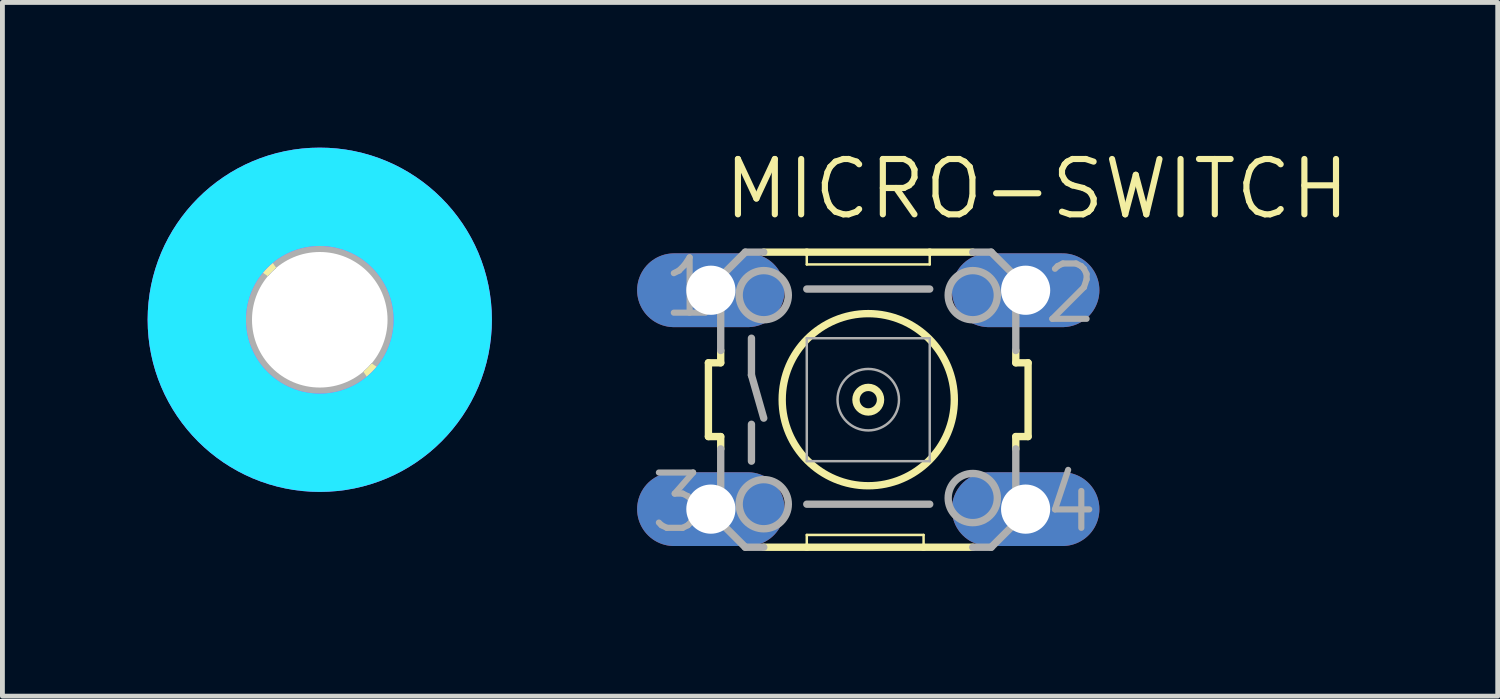
<source format=kicad_pcb>
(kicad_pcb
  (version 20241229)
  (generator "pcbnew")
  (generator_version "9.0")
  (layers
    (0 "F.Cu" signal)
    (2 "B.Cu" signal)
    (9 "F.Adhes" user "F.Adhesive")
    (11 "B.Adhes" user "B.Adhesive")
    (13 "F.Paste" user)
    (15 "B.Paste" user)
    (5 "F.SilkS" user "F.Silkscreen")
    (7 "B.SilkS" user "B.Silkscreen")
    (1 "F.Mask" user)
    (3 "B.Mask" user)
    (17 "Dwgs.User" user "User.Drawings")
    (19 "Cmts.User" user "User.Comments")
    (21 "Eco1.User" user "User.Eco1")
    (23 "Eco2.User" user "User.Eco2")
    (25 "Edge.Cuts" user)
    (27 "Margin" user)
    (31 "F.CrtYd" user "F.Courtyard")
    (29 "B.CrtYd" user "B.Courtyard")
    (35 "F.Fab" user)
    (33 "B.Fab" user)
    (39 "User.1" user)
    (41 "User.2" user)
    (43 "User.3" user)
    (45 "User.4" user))
  (footprint "MICRO-SWITCH"
    (layer "F.Cu")
    (at 14.887 5.207)
    (property "Reference" "MICRO-SWITCH" (at -3.048 -3.683 0) (layer "F.SilkS") (effects (font (size 1.143 1.143) (thickness 0.127)) (justify left bottom)))
    (fp_line (start -3.302 -0.762) (end -3.302 0.762) (stroke (width 0.152) (type solid)) (layer "F.SilkS"))
    (fp_line (start -3.302 -0.762) (end -3.048 -0.762) (stroke (width 0.152) (type solid)) (layer "F.SilkS"))
    (fp_line (start -3.048 -0.762) (end -3.048 -1.016) (stroke (width 0.152) (type solid)) (layer "F.SilkS"))
    (fp_line (start -3.048 0.762) (end -3.302 0.762) (stroke (width 0.152) (type solid)) (layer "F.SilkS"))
    (fp_line (start -3.048 0.762) (end -3.048 1.016) (stroke (width 0.152) (type solid)) (layer "F.SilkS"))
    (fp_line (start -2.159 3.048) (end -1.27 3.048) (stroke (width 0.152) (type solid)) (layer "F.SilkS"))
    (fp_line (start -1.27 -3.048) (end -2.159 -3.048) (stroke (width 0.152) (type solid)) (layer "F.SilkS"))
    (fp_line (start -1.27 -3.048) (end -1.27 -2.794) (stroke (width 0.051) (type solid)) (layer "F.SilkS"))
    (fp_line (start -1.27 2.794) (end -1.27 3.048) (stroke (width 0.051) (type solid)) (layer "F.SilkS"))
    (fp_line (start -1.27 3.048) (end 1.143 3.048) (stroke (width 0.152) (type solid)) (layer "F.SilkS"))
    (fp_line (start 1.143 2.794) (end -1.27 2.794) (stroke (width 0.051) (type solid)) (layer "F.SilkS"))
    (fp_line (start 1.143 2.794) (end 1.143 3.048) (stroke (width 0.051) (type solid)) (layer "F.SilkS"))
    (fp_line (start 1.143 3.048) (end 2.159 3.048) (stroke (width 0.152) (type solid)) (layer "F.SilkS"))
    (fp_line (start 1.27 -3.048) (end -1.27 -3.048) (stroke (width 0.152) (type solid)) (layer "F.SilkS"))
    (fp_line (start 1.27 -2.794) (end -1.27 -2.794) (stroke (width 0.051) (type solid)) (layer "F.SilkS"))
    (fp_line (start 1.27 -2.794) (end 1.27 -3.048) (stroke (width 0.051) (type solid)) (layer "F.SilkS"))
    (fp_line (start 2.159 -3.048) (end 1.27 -3.048) (stroke (width 0.152) (type solid)) (layer "F.SilkS"))
    (fp_line (start 3.048 -0.762) (end 3.048 -1.016) (stroke (width 0.152) (type solid)) (layer "F.SilkS"))
    (fp_line (start 3.048 -0.762) (end 3.302 -0.762) (stroke (width 0.152) (type solid)) (layer "F.SilkS"))
    (fp_line (start 3.048 0.762) (end 3.048 1.016) (stroke (width 0.152) (type solid)) (layer "F.SilkS"))
    (fp_line (start 3.302 0.762) (end 3.048 0.762) (stroke (width 0.152) (type solid)) (layer "F.SilkS"))
    (fp_line (start 3.302 0.762) (end 3.302 -0.762) (stroke (width 0.152) (type solid)) (layer "F.SilkS"))
    (fp_circle (center 0 0) (end 0.254 0) (stroke (width 0.152) (type solid)) (fill no) (layer "F.SilkS"))
    (fp_circle (center 0 0) (end 1.778 0) (stroke (width 0.152) (type solid)) (fill no) (layer "F.SilkS"))
    (fp_line (start -3.048 -2.54) (end -3.048 -1.016) (stroke (width 0.152) (type solid)) (layer "F.Fab"))
    (fp_line (start -3.048 2.54) (end -3.048 1.016) (stroke (width 0.152) (type solid)) (layer "F.Fab"))
    (fp_line (start -2.54 -3.048) (end -3.048 -2.54) (stroke (width 0.152) (type solid)) (layer "F.Fab"))
    (fp_line (start -2.54 -3.048) (end -2.159 -3.048) (stroke (width 0.152) (type solid)) (layer "F.Fab"))
    (fp_line (start -2.54 3.048) (end -3.048 2.54) (stroke (width 0.152) (type solid)) (layer "F.Fab"))
    (fp_line (start -2.54 3.048) (end -2.159 3.048) (stroke (width 0.152) (type solid)) (layer "F.Fab"))
    (fp_line (start -2.413 -1.27) (end -2.413 -0.508) (stroke (width 0.152) (type solid)) (layer "F.Fab"))
    (fp_line (start -2.413 -0.508) (end -2.159 0.381) (stroke (width 0.152) (type solid)) (layer "F.Fab"))
    (fp_line (start -2.413 0.508) (end -2.413 1.27) (stroke (width 0.152) (type solid)) (layer "F.Fab"))
    (fp_line (start -1.27 -1.27) (end -1.27 1.27) (stroke (width 0.051) (type solid)) (layer "F.Fab"))
    (fp_line (start -1.27 -1.27) (end 1.27 -1.27) (stroke (width 0.051) (type solid)) (layer "F.Fab"))
    (fp_line (start -1.27 2.159) (end 1.27 2.159) (stroke (width 0.152) (type solid)) (layer "F.Fab"))
    (fp_line (start 1.27 -2.286) (end -1.27 -2.286) (stroke (width 0.152) (type solid)) (layer "F.Fab"))
    (fp_line (start 1.27 1.27) (end -1.27 1.27) (stroke (width 0.051) (type solid)) (layer "F.Fab"))
    (fp_line (start 1.27 1.27) (end 1.27 -1.27) (stroke (width 0.051) (type solid)) (layer "F.Fab"))
    (fp_line (start 2.54 -3.048) (end 2.159 -3.048) (stroke (width 0.152) (type solid)) (layer "F.Fab"))
    (fp_line (start 2.54 3.048) (end 2.159 3.048) (stroke (width 0.152) (type solid)) (layer "F.Fab"))
    (fp_line (start 2.54 3.048) (end 3.048 2.54) (stroke (width 0.152) (type solid)) (layer "F.Fab"))
    (fp_line (start 3.048 -2.54) (end 2.54 -3.048) (stroke (width 0.152) (type solid)) (layer "F.Fab"))
    (fp_line (start 3.048 -1.016) (end 3.048 -2.54) (stroke (width 0.152) (type solid)) (layer "F.Fab"))
    (fp_line (start 3.048 2.54) (end 3.048 1.016) (stroke (width 0.152) (type solid)) (layer "F.Fab"))
    (fp_circle (center -2.159 -2.159) (end -1.651 -2.159) (stroke (width 0.152) (type solid)) (fill no) (layer "F.Fab"))
    (fp_circle (center -2.159 2.159) (end -1.651 2.159) (stroke (width 0.152) (type solid)) (fill no) (layer "F.Fab"))
    (fp_circle (center 0 0) (end 0.635 0) (stroke (width 0.051) (type solid)) (fill no) (layer "F.Fab"))
    (fp_circle (center 2.159 -2.159) (end 2.667 -2.159) (stroke (width 0.152) (type solid)) (fill no) (layer "F.Fab"))
    (fp_circle (center 2.159 2.032) (end 2.667 2.032) (stroke (width 0.152) (type solid)) (fill no) (layer "F.Fab"))
    (fp_text user "1" (at -4.318 -1.651 0) (layer "F.Fab") (effects (font (size 1.143 1.143) (thickness 0.127)) (justify left bottom)))
    (fp_text user "2" (at 3.556 -1.524 0) (layer "F.Fab") (effects (font (size 1.143 1.143) (thickness 0.127)) (justify left bottom)))
    (fp_text user "3" (at -4.572 2.794 0) (layer "F.Fab") (effects (font (size 1.143 1.143) (thickness 0.127)) (justify left bottom)))
    (fp_text user "4" (at 3.556 2.794 0) (layer "F.Fab") (effects (font (size 1.143 1.143) (thickness 0.127)) (justify left bottom)))
    (pad "1" thru_hole oval (at -3.251 -2.261) (size 3.048 1.524) (drill 1.016) (layers "*.Cu" "*.Mask"))
    (pad "2" thru_hole oval (at 3.251 -2.261) (size 3.048 1.524) (drill 1.016) (layers "*.Cu" "*.Mask"))
    (pad "3" thru_hole oval (at -3.251 2.261) (size 3.048 1.524) (drill 1.016) (layers "*.Cu" "*.Mask"))
    (pad "4" thru_hole oval (at 3.251 2.261) (size 3.048 1.524) (drill 1.016) (layers "*.Cu" "*.Mask")))
  (footprint "2,8"
    (layer "F.Cu")
    (at 3.556 3.556)
    (property "Reference" "2,8" (at 0 0 0) (layer "F.SilkS") (effects (font (size 1.27 1.27) (thickness 0.15))))
    (fp_circle (center 0 0) (end 1.5 0) (stroke (width 0.203) (type solid)) (fill no) (layer "F.SilkS"))
    (fp_circle (center 0 0) (end 2.921 0) (stroke (width 0.152) (type solid)) (fill no) (layer "F.SilkS"))
    (fp_circle (center 0 0) (end 2.54 0) (stroke (width 2.032) (type solid)) (fill no) (layer "B.CrtYd"))
    (fp_circle (center 0 0) (end 2.54 0) (stroke (width 2.032) (type solid)) (fill no) (layer "F.CrtYd"))
    (fp_arc (start 0 -1.778) (mid 1.257236 -1.257236) (end 1.778 0) (stroke (width 2.286) (type solid)) (layer "F.Fab"))
    (fp_arc (start 0 1.778) (mid -1.257236 1.257236) (end -1.778 0) (stroke (width 2.286) (type solid)) (layer "F.Fab"))
    (fp_circle (center 0 0) (end 0.635 0) (stroke (width 0.457) (type solid)) (fill no) (layer "F.Fab"))
    (pad "" np_thru_hole circle (at 0 0) (size 2.8 2.8) (drill 2.8) (layers "*.Cu" "*.Mask"))
    (zone (net_name "") (layer "F.Cu") (hatch edge 0.5) (connect_pads) (min_thickness 0.25) (filled_areas_thickness no) (keepout (tracks not_allowed) (vias not_allowed) (pads not_allowed) (copperpour not_allowed) (footprints allowed)) (placement (enabled no)) (fill) (polygon (pts (xy 7.112 3.556) (xy 7.092 3.178) (xy 7.032 2.804) (xy 6.932 2.439) (xy 6.794 2.087) (xy 6.62 1.751) (xy 6.41 1.435) (xy 6.169 1.144) (xy 5.898 0.88) (xy 5.6 0.646) (xy 5.279 0.445) (xy 4.939 0.28) (xy 4.583 0.151) (xy 4.215 0.062) (xy 3.84 0.011) (xy 3.461 0.001) (xy 3.084 0.031) (xy 2.712 0.102) (xy 2.35 0.211) (xy 2.001 0.358) (xy 1.67 0.541) (xy 1.36 0.759) (xy 1.075 1.008) (xy 0.818 1.286) (xy 0.593 1.59) (xy 0.401 1.916) (xy 0.244 2.261) (xy 0.125 2.62) (xy 0.045 2.99) (xy 0.005 3.367) (xy 0.005 3.745) (xy 0.045 4.122) (xy 0.125 4.492) (xy 0.244 4.851) (xy 0.401 5.196) (xy 0.593 5.522) (xy 0.818 5.826) (xy 1.075 6.104) (xy 1.36 6.353) (xy 1.67 6.571) (xy 2.001 6.754) (xy 2.35 6.901) (xy 2.712 7.01) (xy 3.084 7.081) (xy 3.461 7.111) (xy 3.84 7.101) (xy 4.215 7.05) (xy 4.583 6.961) (xy 4.939 6.832) (xy 5.279 6.667) (xy 5.6 6.466) (xy 5.898 6.232) (xy 6.169 5.968) (xy 6.41 5.677) (xy 6.62 5.361) (xy 6.794 5.025) (xy 6.932 4.673) (xy 7.032 4.308) (xy 7.092 3.934))) (polygon (pts (xy 5.08 3.556) (xy 5.06 3.312) (xy 5.002 3.073) (xy 4.905 2.848) (xy 4.774 2.64) (xy 4.612 2.457) (xy 4.422 2.302) (xy 4.209 2.179) (xy 3.98 2.092) (xy 3.74 2.043) (xy 3.495 2.033) (xy 3.251 2.063) (xy 3.016 2.131) (xy 2.794 2.236) (xy 2.592 2.376) (xy 2.415 2.545) (xy 2.268 2.741) (xy 2.154 2.959) (xy 2.076 3.191) (xy 2.037 3.433) (xy 2.037 3.679) (xy 2.076 3.921) (xy 2.154 4.153) (xy 2.268 4.371) (xy 2.415 4.567) (xy 2.592 4.736) (xy 2.794 4.876) (xy 3.016 4.981) (xy 3.251 5.049) (xy 3.495 5.079) (xy 3.74 5.069) (xy 3.98 5.02) (xy 4.209 4.933) (xy 4.422 4.81) (xy 4.612 4.655) (xy 4.774 4.472) (xy 4.905 4.264) (xy 5.002 4.039) (xy 5.06 3.8))))
    (zone (net_name "") (layers "F.Cu" "B.Cu") (hatch edge 0.5) (connect_pads) (min_thickness 0.25) (filled_areas_thickness no) (keepout (tracks allowed) (vias not_allowed) (pads allowed) (copperpour allowed) (footprints allowed)) (placement (enabled no)) (fill) (polygon (pts (xy 7.112 3.556) (xy 7.092 3.178) (xy 7.032 2.804) (xy 6.932 2.439) (xy 6.794 2.087) (xy 6.62 1.751) (xy 6.41 1.435) (xy 6.169 1.144) (xy 5.898 0.88) (xy 5.6 0.646) (xy 5.279 0.445) (xy 4.939 0.28) (xy 4.583 0.151) (xy 4.215 0.062) (xy 3.84 0.011) (xy 3.461 0.001) (xy 3.084 0.031) (xy 2.712 0.102) (xy 2.35 0.211) (xy 2.001 0.358) (xy 1.67 0.541) (xy 1.36 0.759) (xy 1.075 1.008) (xy 0.818 1.286) (xy 0.593 1.59) (xy 0.401 1.916) (xy 0.244 2.261) (xy 0.125 2.62) (xy 0.045 2.99) (xy 0.005 3.367) (xy 0.005 3.745) (xy 0.045 4.122) (xy 0.125 4.492) (xy 0.244 4.851) (xy 0.401 5.196) (xy 0.593 5.522) (xy 0.818 5.826) (xy 1.075 6.104) (xy 1.36 6.353) (xy 1.67 6.571) (xy 2.001 6.754) (xy 2.35 6.901) (xy 2.712 7.01) (xy 3.084 7.081) (xy 3.461 7.111) (xy 3.84 7.101) (xy 4.215 7.05) (xy 4.583 6.961) (xy 4.939 6.832) (xy 5.279 6.667) (xy 5.6 6.466) (xy 5.898 6.232) (xy 6.169 5.968) (xy 6.41 5.677) (xy 6.62 5.361) (xy 6.794 5.025) (xy 6.932 4.673) (xy 7.032 4.308) (xy 7.092 3.934))) (polygon (pts (xy 5.08 3.556) (xy 5.06 3.312) (xy 5.002 3.073) (xy 4.905 2.848) (xy 4.774 2.64) (xy 4.612 2.457) (xy 4.422 2.302) (xy 4.209 2.179) (xy 3.98 2.092) (xy 3.74 2.043) (xy 3.495 2.033) (xy 3.251 2.063) (xy 3.016 2.131) (xy 2.794 2.236) (xy 2.592 2.376) (xy 2.415 2.545) (xy 2.268 2.741) (xy 2.154 2.959) (xy 2.076 3.191) (xy 2.037 3.433) (xy 2.037 3.679) (xy 2.076 3.921) (xy 2.154 4.153) (xy 2.268 4.371) (xy 2.415 4.567) (xy 2.592 4.736) (xy 2.794 4.876) (xy 3.016 4.981) (xy 3.251 5.049) (xy 3.495 5.079) (xy 3.74 5.069) (xy 3.98 5.02) (xy 4.209 4.933) (xy 4.422 4.81) (xy 4.612 4.655) (xy 4.774 4.472) (xy 4.905 4.264) (xy 5.002 4.039) (xy 5.06 3.8))))
    (zone (net_name "") (layer "B.Cu") (hatch edge 0.5) (connect_pads) (min_thickness 0.25) (filled_areas_thickness no) (keepout (tracks not_allowed) (vias not_allowed) (pads not_allowed) (copperpour not_allowed) (footprints allowed)) (placement (enabled no)) (fill) (polygon (pts (xy 7.112 3.556) (xy 7.092 3.178) (xy 7.032 2.804) (xy 6.932 2.439) (xy 6.794 2.087) (xy 6.62 1.751) (xy 6.41 1.435) (xy 6.169 1.144) (xy 5.898 0.88) (xy 5.6 0.646) (xy 5.279 0.445) (xy 4.939 0.28) (xy 4.583 0.151) (xy 4.215 0.062) (xy 3.84 0.011) (xy 3.461 0.001) (xy 3.084 0.031) (xy 2.712 0.102) (xy 2.35 0.211) (xy 2.001 0.358) (xy 1.67 0.541) (xy 1.36 0.759) (xy 1.075 1.008) (xy 0.818 1.286) (xy 0.593 1.59) (xy 0.401 1.916) (xy 0.244 2.261) (xy 0.125 2.62) (xy 0.045 2.99) (xy 0.005 3.367) (xy 0.005 3.745) (xy 0.045 4.122) (xy 0.125 4.492) (xy 0.244 4.851) (xy 0.401 5.196) (xy 0.593 5.522) (xy 0.818 5.826) (xy 1.075 6.104) (xy 1.36 6.353) (xy 1.67 6.571) (xy 2.001 6.754) (xy 2.35 6.901) (xy 2.712 7.01) (xy 3.084 7.081) (xy 3.461 7.111) (xy 3.84 7.101) (xy 4.215 7.05) (xy 4.583 6.961) (xy 4.939 6.832) (xy 5.279 6.667) (xy 5.6 6.466) (xy 5.898 6.232) (xy 6.169 5.968) (xy 6.41 5.677) (xy 6.62 5.361) (xy 6.794 5.025) (xy 6.932 4.673) (xy 7.032 4.308) (xy 7.092 3.934))) (polygon (pts (xy 5.08 3.556) (xy 5.06 3.312) (xy 5.002 3.073) (xy 4.905 2.848) (xy 4.774 2.64) (xy 4.612 2.457) (xy 4.422 2.302) (xy 4.209 2.179) (xy 3.98 2.092) (xy 3.74 2.043) (xy 3.495 2.033) (xy 3.251 2.063) (xy 3.016 2.131) (xy 2.794 2.236) (xy 2.592 2.376) (xy 2.415 2.545) (xy 2.268 2.741) (xy 2.154 2.959) (xy 2.076 3.191) (xy 2.037 3.433) (xy 2.037 3.679) (xy 2.076 3.921) (xy 2.154 4.153) (xy 2.268 4.371) (xy 2.415 4.567) (xy 2.592 4.736) (xy 2.794 4.876) (xy 3.016 4.981) (xy 3.251 5.049) (xy 3.495 5.079) (xy 3.74 5.069) (xy 3.98 5.02) (xy 4.209 4.933) (xy 4.422 4.81) (xy 4.612 4.655) (xy 4.774 4.472) (xy 4.905 4.264) (xy 5.002 4.039) (xy 5.06 3.8)))))
  (gr_rect
    (start -3 -3)
    (end 27.891 11.331)
    (stroke (width 0.1) (type default))
    (fill no)
    (layer "Edge.Cuts")))
</source>
